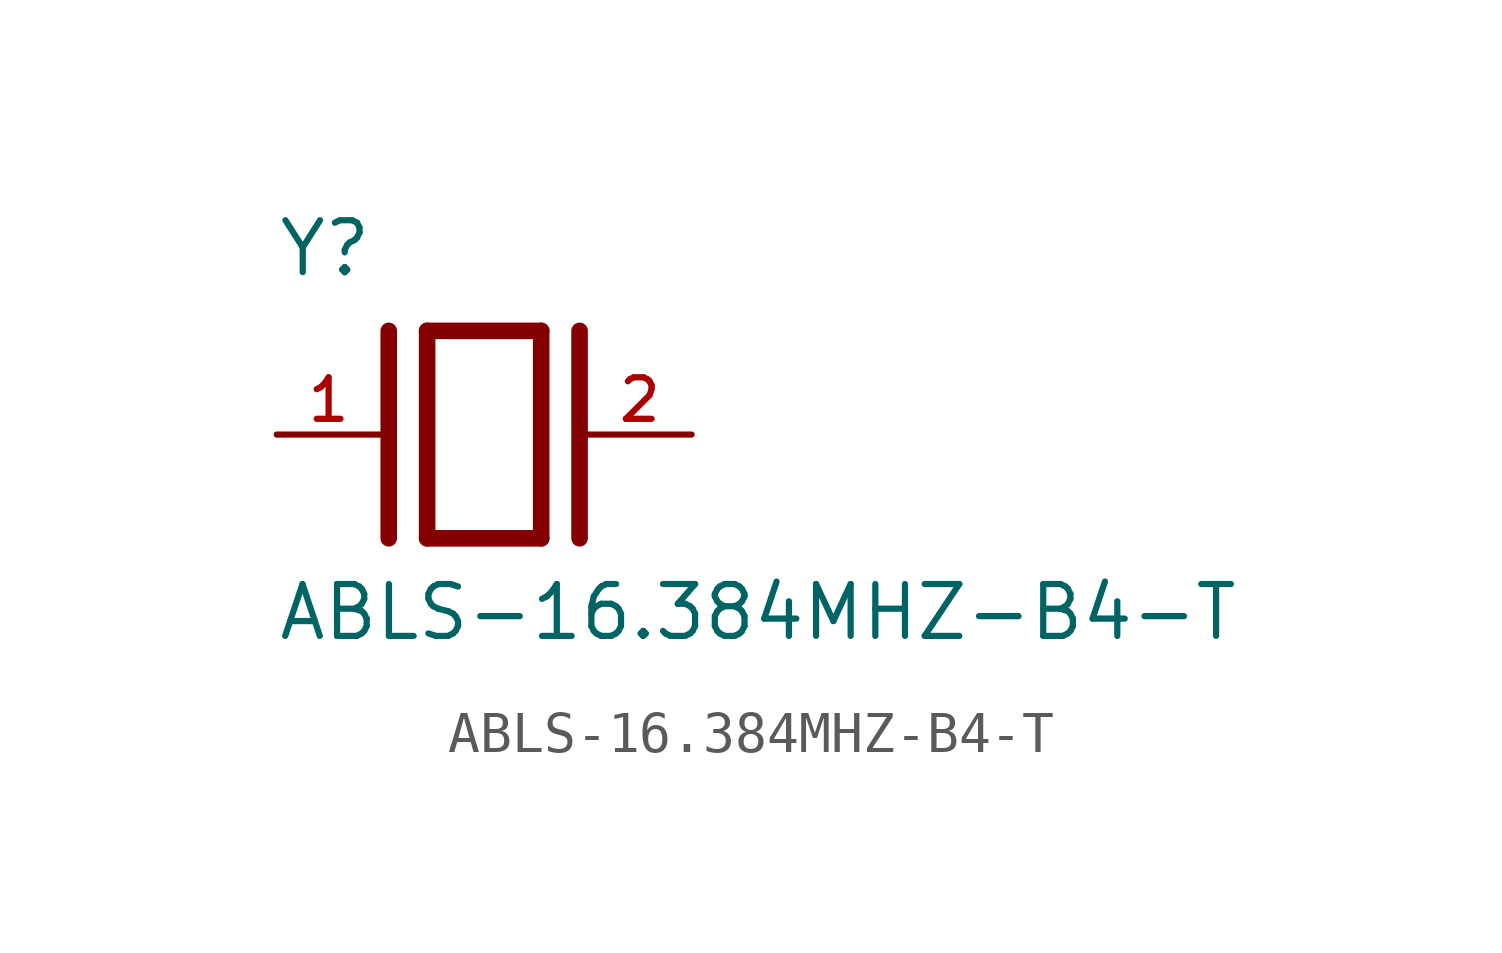
<source format=kicad_sym>
(kicad_symbol_lib
  (version 20211014)
  (generator kicad_symbol_editor)
  (symbol "ABLS-16.384MHZ-B4-T"
    (pin_names
      (offset 1.016))
    (property "Reference" "Y"
      (at -5.088 3.816 0)
      (effects (font (size 1.27 1.27)) (justify bottom left)))
    (property "Value" "ABLS-16.384MHZ-B4-T"
      (at -5.094 -5.094 0)
      (effects (font (size 1.27 1.27)) (justify bottom left)))
    (symbol "ABLS-16.384MHZ-B4-T_0_0"
      (polyline (pts (xy -1.397 2.54) (xy 1.397 2.54)) (stroke (width 0.406)))
      (polyline (pts (xy 1.397 2.54) (xy 1.397 -2.54)) (stroke (width 0.406)))
      (polyline (pts (xy 1.397 -2.54) (xy -1.397 -2.54)) (stroke (width 0.406)))
      (polyline (pts (xy -1.397 2.54) (xy -1.397 -2.54)) (stroke (width 0.406)))
      (polyline (pts (xy 2.337 2.54) (xy 2.337 -2.54)) (stroke (width 0.406)))
      (polyline (pts (xy -2.337 2.54) (xy -2.337 -2.54)) (stroke (width 0.406)))
      (pin passive line (at 5.08 0.0 180.0) (length 2.54) (name "~" (effects (font (size 1.016 1.016)))) (number "2" (effects (font (size 1.016 1.016)))))
      (pin passive line (at -5.08 0.0 0) (length 2.54) (name "~" (effects (font (size 1.016 1.016)))) (number "1" (effects (font (size 1.016 1.016))))))))
</source>
